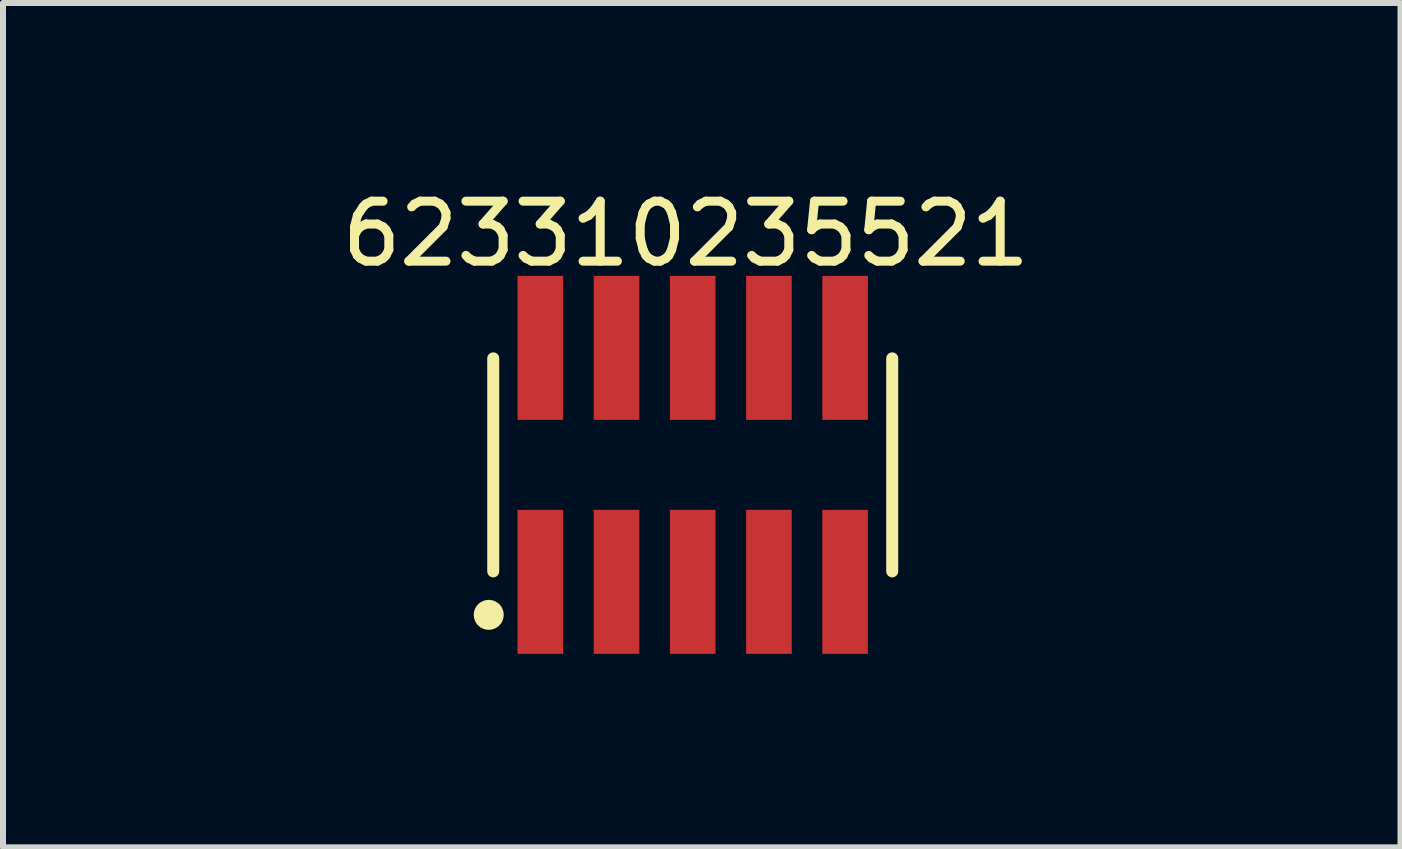
<source format=kicad_pcb>
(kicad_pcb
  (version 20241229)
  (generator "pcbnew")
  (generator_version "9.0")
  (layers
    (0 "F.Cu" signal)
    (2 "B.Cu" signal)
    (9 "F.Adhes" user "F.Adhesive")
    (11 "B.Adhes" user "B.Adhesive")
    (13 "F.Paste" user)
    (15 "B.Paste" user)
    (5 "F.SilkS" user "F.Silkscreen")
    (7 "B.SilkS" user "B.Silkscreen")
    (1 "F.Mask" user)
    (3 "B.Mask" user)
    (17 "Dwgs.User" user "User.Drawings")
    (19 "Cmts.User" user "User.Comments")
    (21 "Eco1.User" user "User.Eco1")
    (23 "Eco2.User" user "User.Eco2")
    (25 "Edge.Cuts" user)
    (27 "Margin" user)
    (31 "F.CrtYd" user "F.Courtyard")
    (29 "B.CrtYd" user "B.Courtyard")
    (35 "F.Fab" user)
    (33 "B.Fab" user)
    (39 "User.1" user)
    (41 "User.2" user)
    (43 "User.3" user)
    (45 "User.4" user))
  (footprint "623310235521"
    (layer "F.Cu")
    (at 8.496 4.698)
    (property "Reference" "623310235521" (at -0.113 -3.85 0) (layer "F.SilkS") (effects (font (size 1 1) (thickness 0.15))))
    (fp_line (start -3.325 1.775) (end -3.325 -1.775) (stroke (width 0.2) (type solid)) (layer "F.SilkS"))
    (fp_line (start 3.325 1.775) (end 3.325 -1.775) (stroke (width 0.2) (type solid)) (layer "F.SilkS"))
    (fp_circle (center -3.4 2.5) (end -3.4 2.375) (stroke (width 0.25) (type solid)) (fill no) (layer "F.SilkS"))
    (fp_line (start -3.525 -3.35) (end 3.525 -3.35) (stroke (width 0.05) (type solid)) (layer "Eco2.User"))
    (fp_line (start -3.525 3.35) (end -3.525 -3.35) (stroke (width 0.05) (type solid)) (layer "Eco2.User"))
    (fp_line (start -3.525 3.35) (end 3.525 3.35) (stroke (width 0.05) (type solid)) (layer "Eco2.User"))
    (fp_line (start -3.175 -1.7) (end 3.175 -1.7) (stroke (width 0.1) (type solid)) (layer "Eco2.User"))
    (fp_line (start -3.175 1.7) (end -3.175 -1.7) (stroke (width 0.1) (type solid)) (layer "Eco2.User"))
    (fp_line (start -3.175 1.7) (end 3.175 1.7) (stroke (width 0.1) (type solid)) (layer "Eco2.User"))
    (fp_line (start -2.74 -2.75) (end -2.34 -2.75) (stroke (width 0.1) (type solid)) (layer "Eco2.User"))
    (fp_line (start -2.74 -1.7) (end -2.74 -2.75) (stroke (width 0.1) (type solid)) (layer "Eco2.User"))
    (fp_line (start -2.74 2.75) (end -2.74 1.7) (stroke (width 0.1) (type solid)) (layer "Eco2.User"))
    (fp_line (start -2.74 2.75) (end -2.34 2.75) (stroke (width 0.1) (type solid)) (layer "Eco2.User"))
    (fp_line (start -2.34 -1.7) (end -2.34 -2.75) (stroke (width 0.1) (type solid)) (layer "Eco2.User"))
    (fp_line (start -2.34 2.75) (end -2.34 1.7) (stroke (width 0.1) (type solid)) (layer "Eco2.User"))
    (fp_line (start -1.47 -2.75) (end -1.07 -2.75) (stroke (width 0.1) (type solid)) (layer "Eco2.User"))
    (fp_line (start -1.47 -1.7) (end -1.47 -2.75) (stroke (width 0.1) (type solid)) (layer "Eco2.User"))
    (fp_line (start -1.47 2.75) (end -1.47 1.7) (stroke (width 0.1) (type solid)) (layer "Eco2.User"))
    (fp_line (start -1.47 2.75) (end -1.07 2.75) (stroke (width 0.1) (type solid)) (layer "Eco2.User"))
    (fp_line (start -1.07 -1.7) (end -1.07 -2.75) (stroke (width 0.1) (type solid)) (layer "Eco2.User"))
    (fp_line (start -1.07 2.75) (end -1.07 1.7) (stroke (width 0.1) (type solid)) (layer "Eco2.User"))
    (fp_line (start -0.5 0) (end 0.5 0) (stroke (width 0.05) (type solid)) (layer "Eco2.User"))
    (fp_line (start -0.2 -2.75) (end 0.2 -2.75) (stroke (width 0.1) (type solid)) (layer "Eco2.User"))
    (fp_line (start -0.2 -1.7) (end -0.2 -2.75) (stroke (width 0.1) (type solid)) (layer "Eco2.User"))
    (fp_line (start -0.2 2.75) (end -0.2 1.7) (stroke (width 0.1) (type solid)) (layer "Eco2.User"))
    (fp_line (start -0.2 2.75) (end 0.2 2.75) (stroke (width 0.1) (type solid)) (layer "Eco2.User"))
    (fp_line (start 0 0.5) (end 0 -0.5) (stroke (width 0.05) (type solid)) (layer "Eco2.User"))
    (fp_line (start 0.2 -1.7) (end 0.2 -2.75) (stroke (width 0.1) (type solid)) (layer "Eco2.User"))
    (fp_line (start 0.2 2.75) (end 0.2 1.7) (stroke (width 0.1) (type solid)) (layer "Eco2.User"))
    (fp_line (start 1.07 -2.75) (end 1.47 -2.75) (stroke (width 0.1) (type solid)) (layer "Eco2.User"))
    (fp_line (start 1.07 -1.7) (end 1.07 -2.75) (stroke (width 0.1) (type solid)) (layer "Eco2.User"))
    (fp_line (start 1.07 2.75) (end 1.07 1.7) (stroke (width 0.1) (type solid)) (layer "Eco2.User"))
    (fp_line (start 1.07 2.75) (end 1.47 2.75) (stroke (width 0.1) (type solid)) (layer "Eco2.User"))
    (fp_line (start 1.47 -1.7) (end 1.47 -2.75) (stroke (width 0.1) (type solid)) (layer "Eco2.User"))
    (fp_line (start 1.47 2.75) (end 1.47 1.7) (stroke (width 0.1) (type solid)) (layer "Eco2.User"))
    (fp_line (start 2.34 -2.75) (end 2.74 -2.75) (stroke (width 0.1) (type solid)) (layer "Eco2.User"))
    (fp_line (start 2.34 -1.7) (end 2.34 -2.75) (stroke (width 0.1) (type solid)) (layer "Eco2.User"))
    (fp_line (start 2.34 2.75) (end 2.34 1.7) (stroke (width 0.1) (type solid)) (layer "Eco2.User"))
    (fp_line (start 2.34 2.75) (end 2.74 2.75) (stroke (width 0.1) (type solid)) (layer "Eco2.User"))
    (fp_line (start 2.74 -1.7) (end 2.74 -2.75) (stroke (width 0.1) (type solid)) (layer "Eco2.User"))
    (fp_line (start 2.74 2.75) (end 2.74 1.7) (stroke (width 0.1) (type solid)) (layer "Eco2.User"))
    (fp_line (start 3.175 1.7) (end 3.175 -1.7) (stroke (width 0.1) (type solid)) (layer "Eco2.User"))
    (fp_line (start 3.525 3.35) (end 3.525 -3.35) (stroke (width 0.05) (type solid)) (layer "Eco2.User"))
    (fp_text user "${REFERENCE}" (at 0.15 -0.197 0) (unlocked yes) (layer "User.3") (effects (font (size 1.5 1.5) (thickness 0.15))))
    (pad "1" smd rect (at -2.54 1.95) (size 0.76 2.4) (layers "F.Cu" "F.Mask" "F.Paste"))
    (pad "2" smd rect (at -2.54 -1.95) (size 0.76 2.4) (layers "F.Cu" "F.Mask" "F.Paste"))
    (pad "3" smd rect (at -1.27 1.95) (size 0.76 2.4) (layers "F.Cu" "F.Mask" "F.Paste"))
    (pad "4" smd rect (at -1.27 -1.95) (size 0.76 2.4) (layers "F.Cu" "F.Mask" "F.Paste"))
    (pad "5" smd rect (at 0 1.95) (size 0.76 2.4) (layers "F.Cu" "F.Mask" "F.Paste"))
    (pad "6" smd rect (at 0 -1.95) (size 0.76 2.4) (layers "F.Cu" "F.Mask" "F.Paste"))
    (pad "7" smd rect (at 1.27 1.95) (size 0.76 2.4) (layers "F.Cu" "F.Mask" "F.Paste"))
    (pad "8" smd rect (at 1.27 -1.95) (size 0.76 2.4) (layers "F.Cu" "F.Mask" "F.Paste"))
    (pad "9" smd rect (at 2.54 1.95) (size 0.76 2.4) (layers "F.Cu" "F.Mask" "F.Paste"))
    (pad "10" smd rect (at 2.54 -1.95) (size 0.76 2.4) (layers "F.Cu" "F.Mask" "F.Paste")))
  (gr_rect
    (start -3 -3)
    (end 20.293 11.073)
    (stroke (width 0.1) (type default))
    (fill no)
    (layer "Edge.Cuts")))
</source>
